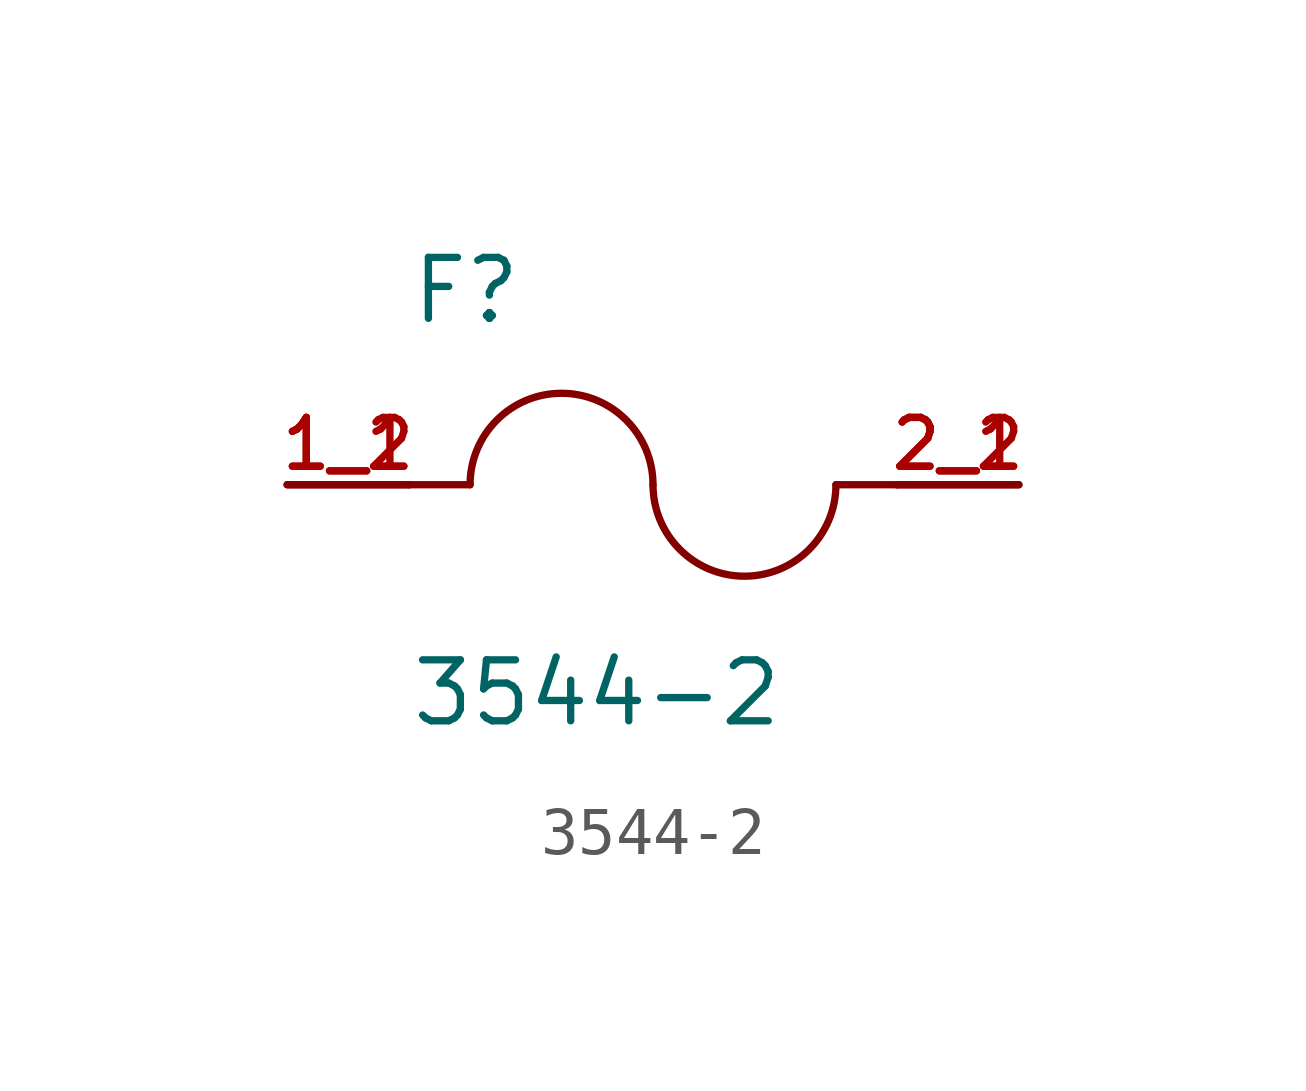
<source format=kicad_sym>
(kicad_symbol_lib
  (version 20211014)
  (generator kicad_symbol_editor)
  (symbol "3544-2"
    (pin_names
      (offset 1.016))
    (property "Reference" "F"
      (at -5.08 3.302 0)
      (effects (font (size 1.27 1.27)) (justify bottom left)))
    (property "Value" "3544-2"
      (at -5.08 -5.08 0)
      (effects (font (size 1.27 1.27)) (justify bottom left)))
    (symbol "3544-2_0_0"
      (arc (start 0.0 0.0) (mid -1.905 1.905) (end -3.81 0.0) (stroke (width 0.1524) (type default) (color 0 0 0 0)) (fill (type none)))
      (arc (start 3.81 0.0) (mid 1.905 -1.905) (end 0.0 0.0) (stroke (width 0.1524) (type default) (color 0 0 0 0)) (fill (type none)))
      (polyline (pts (xy 5.08 0.0) (xy 3.81 0.0)) (stroke (width 0.152)))
      (polyline (pts (xy -5.08 0.0) (xy -3.81 0.0)) (stroke (width 0.152)))
      (pin passive line (at -7.62 0.0 0) (length 2.54) (name "~" (effects (font (size 1.016 1.016)))) (number "1_1" (effects (font (size 1.016 1.016)))))
      (pin passive line (at -7.62 0.0 0) (length 2.54) (name "~" (effects (font (size 1.016 1.016)))) (number "1_2" (effects (font (size 1.016 1.016)))))
      (pin passive line (at 7.62 0.0 180.0) (length 2.54) (name "~" (effects (font (size 1.016 1.016)))) (number "2_1" (effects (font (size 1.016 1.016)))))
      (pin passive line (at 7.62 0.0 180.0) (length 2.54) (name "~" (effects (font (size 1.016 1.016)))) (number "2_2" (effects (font (size 1.016 1.016))))))))
</source>
